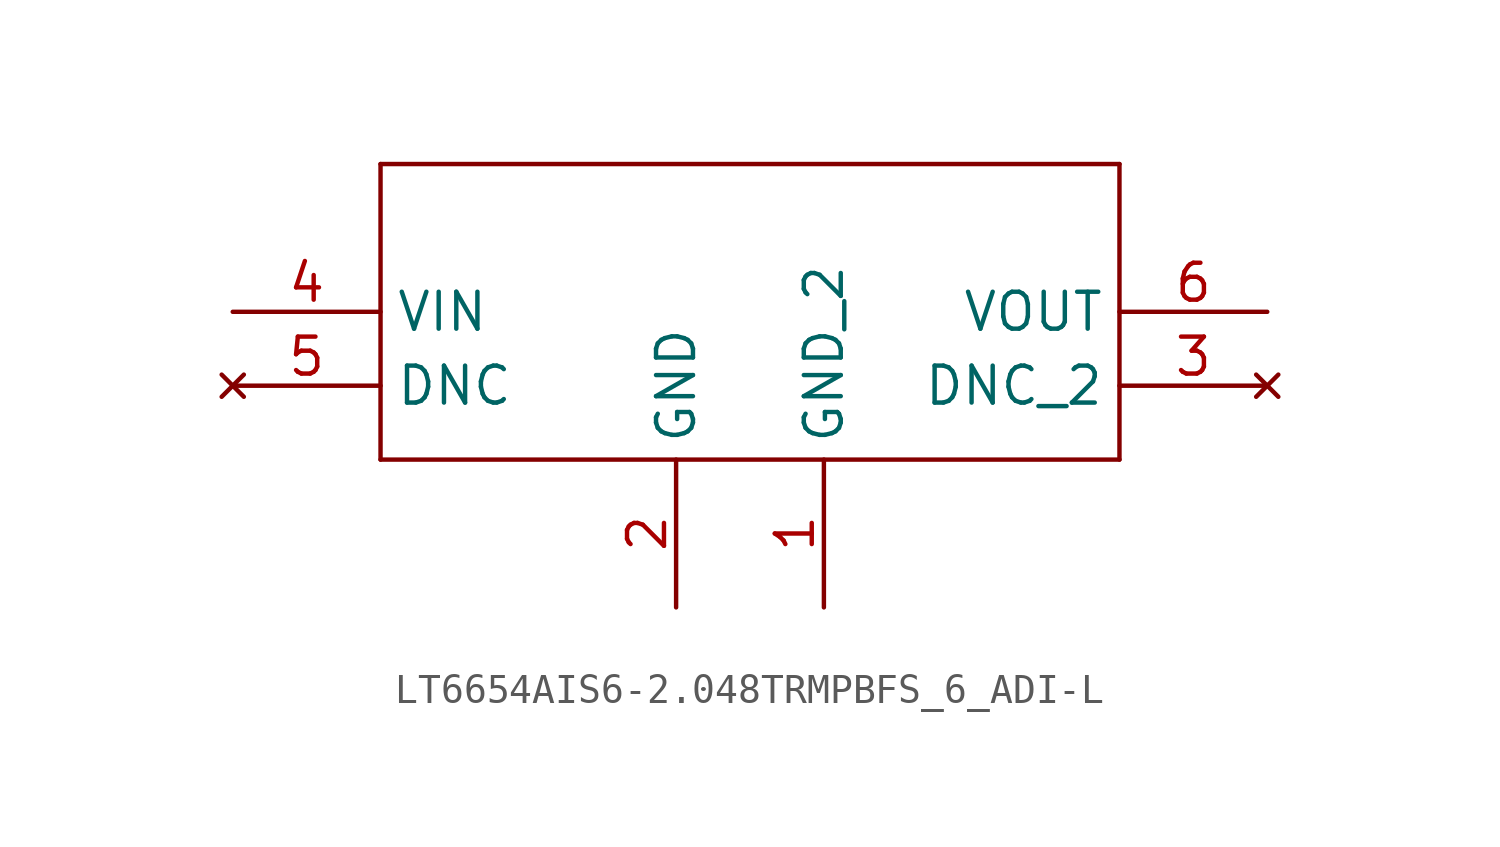
<source format=kicad_sym>
(kicad_symbol_lib
  (version 20220914)
  (generator kicad_symbol_editor)
  (symbol "LT6654AIS6-2.048TRMPBFS_6_ADI-L"
    (property "Reference" "U"
      (at -12.344 6.579 0)
      (effects (font (size 2.083 1.77)) (justify left bottom) hide))
    (property "ki_locked" ""
      (at 0 0 0)
      (effects (font (size 1.27 1.27))))
    (symbol "LT6654AIS6-2.048TRMPBFS_6_ADI-L_1_0"
      (polyline (pts (xy -12.7 -5.08) (xy 12.7 -5.08)) (stroke (width 0.152) (type solid)) (fill (type none)))
      (polyline (pts (xy -12.7 5.08) (xy -12.7 -5.08)) (stroke (width 0.152) (type solid)) (fill (type none)))
      (polyline (pts (xy 12.7 -5.08) (xy 12.7 5.08)) (stroke (width 0.152) (type solid)) (fill (type none)))
      (polyline (pts (xy 12.7 5.08) (xy -12.7 5.08)) (stroke (width 0.152) (type solid)) (fill (type none)))
      (pin power_in line (at 2.54 -10.16 90) (length 5.08) (name "GND_2" (effects (font (size 1.27 1.27)))) (number "1" (effects (font (size 1.27 1.27)))))
      (pin power_in line (at -2.54 -10.16 90) (length 5.08) (name "GND" (effects (font (size 1.27 1.27)))) (number "2" (effects (font (size 1.27 1.27)))))
      (pin no_connect line (at 17.78 -2.54 180) (length 5.08) (name "DNC_2" (effects (font (size 1.27 1.27)))) (number "3" (effects (font (size 1.27 1.27)))))
      (pin input line (at -17.78 0 0) (length 5.08) (name "VIN" (effects (font (size 1.27 1.27)))) (number "4" (effects (font (size 1.27 1.27)))))
      (pin no_connect line (at -17.78 -2.54 0) (length 5.08) (name "DNC" (effects (font (size 1.27 1.27)))) (number "5" (effects (font (size 1.27 1.27)))))
      (pin output line (at 17.78 0 180) (length 5.08) (name "VOUT" (effects (font (size 1.27 1.27)))) (number "6" (effects (font (size 1.27 1.27))))))))
</source>
